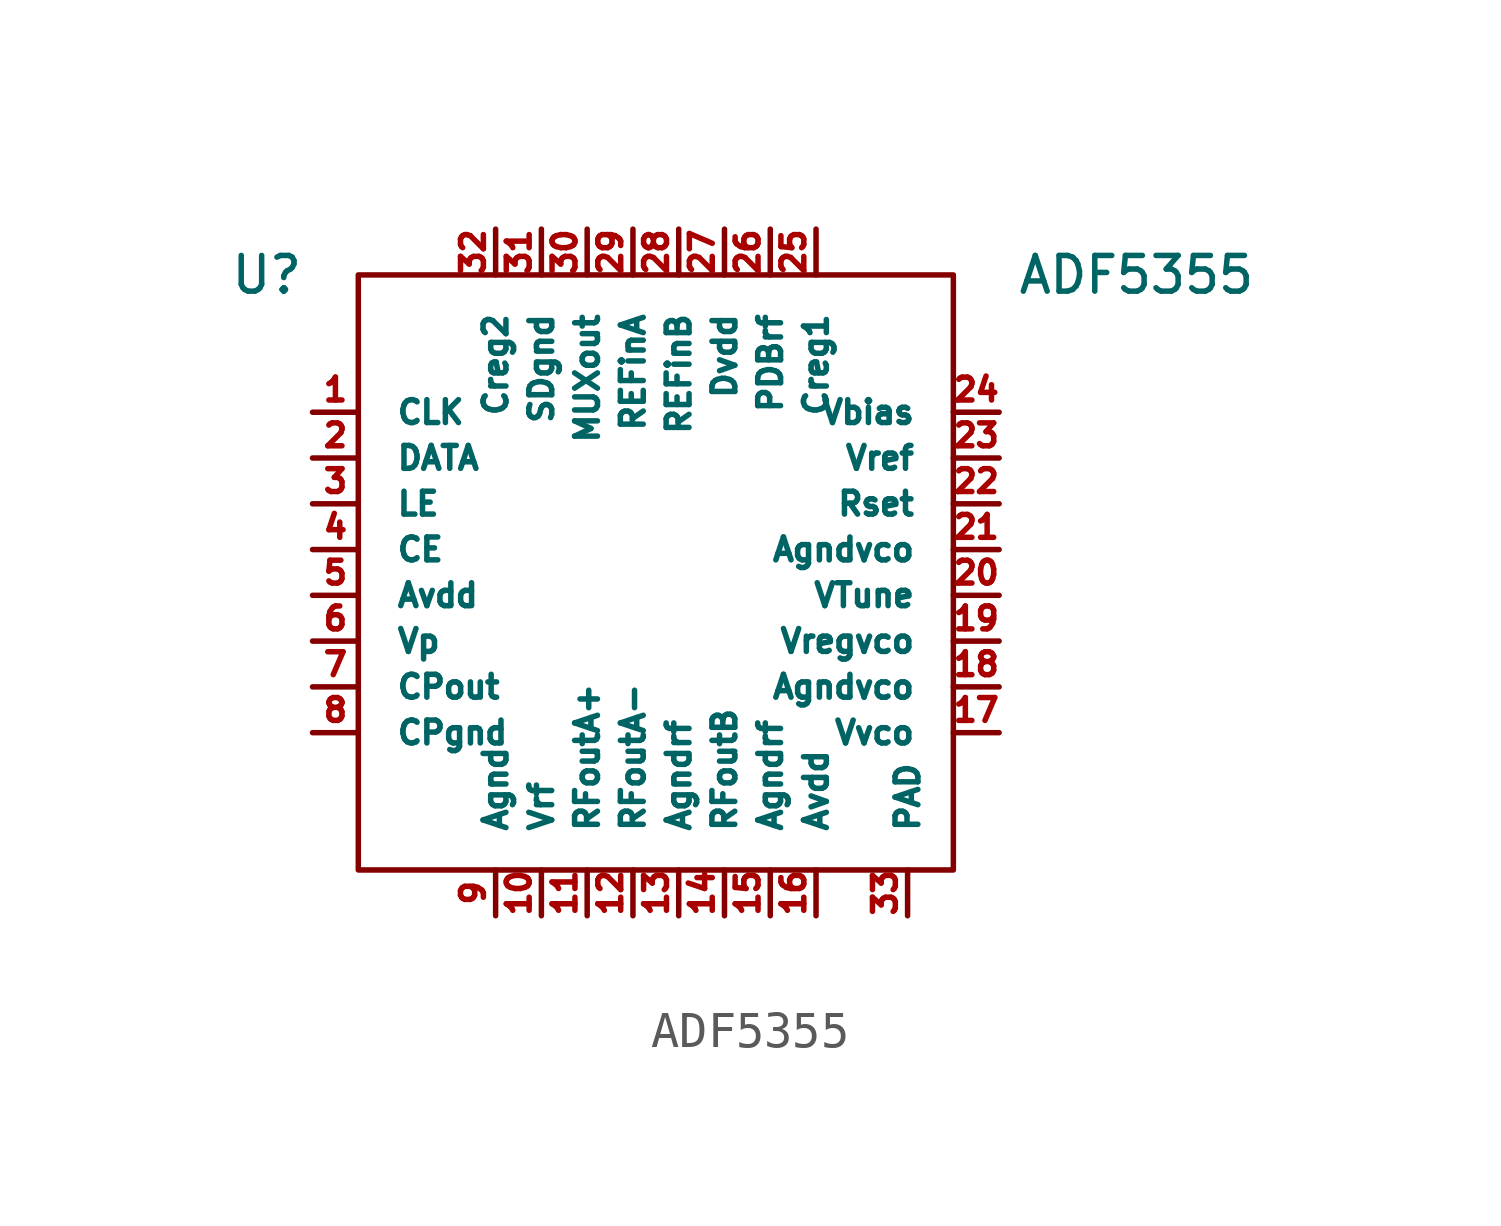
<source format=kicad_sym>
(kicad_symbol_lib
  (version 20241209)
  (generator "kicad_symbol_editor")
  (generator_version "9.0")
  (symbol "ADF5355"
    (pin_names
      (offset 1.016))
    (property "Reference" "U"
      (at -11.43 7.62 0)
      (effects (font (size 0.991 0.991))))
    (property "Value" "ADF5355"
      (at 12.7 7.62 0)
      (effects (font (size 0.991 0.991))))
    (symbol "ADF5355_0_1"
      (rectangle (start -8.89 7.62) (end 7.62 -8.89) (stroke (width 0) (type solid)) (fill (type none))))
    (symbol "ADF5355_1_1"
      (pin input line (at -10.16 3.81 0) (length 1.27) (name "CLK" (effects (font (size 0.635 0.635)))) (number "1" (effects (font (size 0.635 0.635)))))
      (pin input line (at -10.16 2.54 0) (length 1.27) (name "DATA" (effects (font (size 0.635 0.635)))) (number "2" (effects (font (size 0.635 0.635)))))
      (pin input line (at -10.16 1.27 0) (length 1.27) (name "LE" (effects (font (size 0.635 0.635)))) (number "3" (effects (font (size 0.635 0.635)))))
      (pin input line (at -10.16 0 0) (length 1.27) (name "CE" (effects (font (size 0.635 0.635)))) (number "4" (effects (font (size 0.635 0.635)))))
      (pin power_in line (at -10.16 -1.27 0) (length 1.27) (name "Avdd" (effects (font (size 0.635 0.635)))) (number "5" (effects (font (size 0.635 0.635)))))
      (pin power_in line (at -10.16 -2.54 0) (length 1.27) (name "Vp" (effects (font (size 0.635 0.635)))) (number "6" (effects (font (size 0.635 0.635)))))
      (pin output line (at -10.16 -3.81 0) (length 1.27) (name "CPout" (effects (font (size 0.635 0.635)))) (number "7" (effects (font (size 0.635 0.635)))))
      (pin power_in line (at -10.16 -5.08 0) (length 1.27) (name "CPgnd" (effects (font (size 0.635 0.635)))) (number "8" (effects (font (size 0.635 0.635)))))
      (pin output line (at -5.08 8.89 270) (length 1.27) (name "Creg2" (effects (font (size 0.635 0.635)))) (number "32" (effects (font (size 0.635 0.635)))))
      (pin power_in line (at -5.08 -10.16 90) (length 1.27) (name "Agnd" (effects (font (size 0.635 0.635)))) (number "9" (effects (font (size 0.635 0.635)))))
      (pin power_in line (at -3.81 8.89 270) (length 1.27) (name "SDgnd" (effects (font (size 0.635 0.635)))) (number "31" (effects (font (size 0.635 0.635)))))
      (pin power_in line (at -3.81 -10.16 90) (length 1.27) (name "Vrf" (effects (font (size 0.635 0.635)))) (number "10" (effects (font (size 0.635 0.635)))))
      (pin output line (at -2.54 8.89 270) (length 1.27) (name "MUXout" (effects (font (size 0.635 0.635)))) (number "30" (effects (font (size 0.635 0.635)))))
      (pin output line (at -2.54 -10.16 90) (length 1.27) (name "RFoutA+" (effects (font (size 0.635 0.635)))) (number "11" (effects (font (size 0.635 0.635)))))
      (pin input line (at -1.27 8.89 270) (length 1.27) (name "REFinA" (effects (font (size 0.635 0.635)))) (number "29" (effects (font (size 0.635 0.635)))))
      (pin output line (at -1.27 -10.16 90) (length 1.27) (name "RFoutA-" (effects (font (size 0.635 0.635)))) (number "12" (effects (font (size 0.635 0.635)))))
      (pin input line (at 0 8.89 270) (length 1.27) (name "REFinB" (effects (font (size 0.635 0.635)))) (number "28" (effects (font (size 0.635 0.635)))))
      (pin power_in line (at 0 -10.16 90) (length 1.27) (name "Agndrf" (effects (font (size 0.635 0.635)))) (number "13" (effects (font (size 0.635 0.635)))))
      (pin power_in line (at 1.27 8.89 270) (length 1.27) (name "Dvdd" (effects (font (size 0.635 0.635)))) (number "27" (effects (font (size 0.635 0.635)))))
      (pin output line (at 1.27 -10.16 90) (length 1.27) (name "RFoutB" (effects (font (size 0.635 0.635)))) (number "14" (effects (font (size 0.635 0.635)))))
      (pin input line (at 2.54 8.89 270) (length 1.27) (name "PDBrf" (effects (font (size 0.635 0.635)))) (number "26" (effects (font (size 0.635 0.635)))))
      (pin power_in line (at 2.54 -10.16 90) (length 1.27) (name "Agndrf" (effects (font (size 0.635 0.635)))) (number "15" (effects (font (size 0.635 0.635)))))
      (pin output line (at 3.81 8.89 270) (length 1.27) (name "Creg1" (effects (font (size 0.635 0.635)))) (number "25" (effects (font (size 0.635 0.635)))))
      (pin power_in line (at 3.81 -10.16 90) (length 1.27) (name "Avdd" (effects (font (size 0.635 0.635)))) (number "16" (effects (font (size 0.635 0.635)))))
      (pin power_in line (at 6.35 -10.16 90) (length 1.27) (name "PAD" (effects (font (size 0.635 0.635)))) (number "33" (effects (font (size 0.635 0.635)))))
      (pin output line (at 8.89 3.81 180) (length 1.27) (name "Vbias" (effects (font (size 0.635 0.635)))) (number "24" (effects (font (size 0.635 0.635)))))
      (pin output line (at 8.89 2.54 180) (length 1.27) (name "Vref" (effects (font (size 0.635 0.635)))) (number "23" (effects (font (size 0.635 0.635)))))
      (pin passive line (at 8.89 1.27 180) (length 1.27) (name "Rset" (effects (font (size 0.635 0.635)))) (number "22" (effects (font (size 0.635 0.635)))))
      (pin power_in line (at 8.89 0 180) (length 1.27) (name "Agndvco" (effects (font (size 0.635 0.635)))) (number "21" (effects (font (size 0.635 0.635)))))
      (pin input line (at 8.89 -1.27 180) (length 1.27) (name "VTune" (effects (font (size 0.635 0.635)))) (number "20" (effects (font (size 0.635 0.635)))))
      (pin power_in line (at 8.89 -2.54 180) (length 1.27) (name "Vregvco" (effects (font (size 0.635 0.635)))) (number "19" (effects (font (size 0.635 0.635)))))
      (pin power_in line (at 8.89 -3.81 180) (length 1.27) (name "Agndvco" (effects (font (size 0.635 0.635)))) (number "18" (effects (font (size 0.635 0.635)))))
      (pin power_in line (at 8.89 -5.08 180) (length 1.27) (name "Vvco" (effects (font (size 0.635 0.635)))) (number "17" (effects (font (size 0.635 0.635))))))))
</source>
